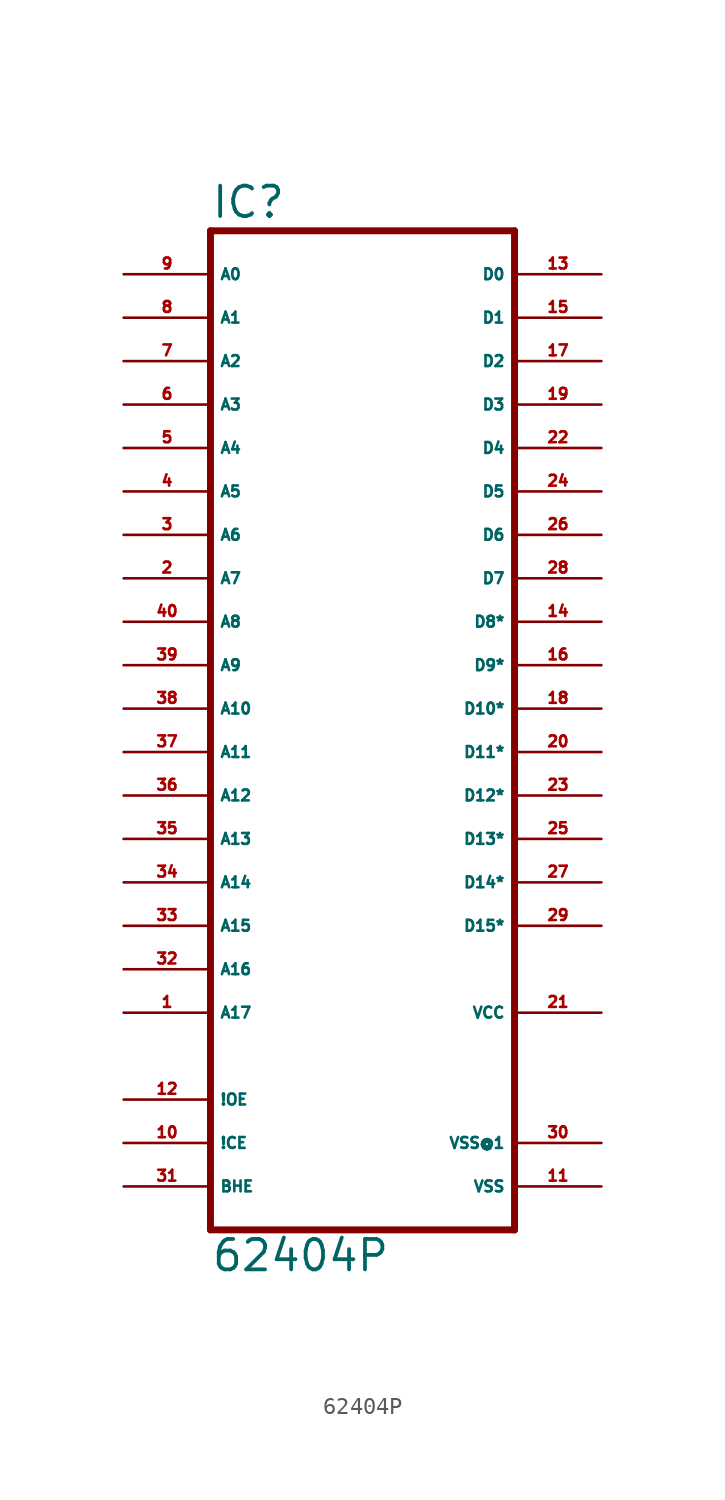
<source format=kicad_sym>
(kicad_symbol_lib
  (version 20220914)
  (generator Eagle2Kicad)
  (symbol "62404P"
    (property "Reference" "IC"
      (at -10.16 31.115 0)
      (effects (font (size 1.778 1.778) (thickness 0.22)) (justify left bottom)))
    (property "Value" "62404P"
      (at -10.16 -30.48 0)
      (effects (font (size 1.778 1.778) (thickness 0.22)) (justify left bottom)))
    (polyline
      (pts (xy -10.16 -27.94) (xy 7.62 -27.94))
      (stroke (width 0.406) (type default))
      (fill (type none)))
    (polyline
      (pts (xy 7.62 30.48) (xy 7.62 -27.94))
      (stroke (width 0.406) (type default))
      (fill (type none)))
    (polyline
      (pts (xy 7.62 30.48) (xy -10.16 30.48))
      (stroke (width 0.406) (type default))
      (fill (type none)))
    (polyline
      (pts (xy -10.16 -27.94) (xy -10.16 30.48))
      (stroke (width 0.406) (type default))
      (fill (type none)))
    (pin input line
      (at -15.24 27.94 0)
      (length 5.08)
      (name "A0" (effects (font (size 0.635 0.635) (thickness 0.08)) (justify left bottom)))
      (number "9" (effects (font (size 0.635 0.635) (thickness 0.08)) (justify left bottom))))
    (pin input line
      (at -15.24 25.4 0)
      (length 5.08)
      (name "A1" (effects (font (size 0.635 0.635) (thickness 0.08)) (justify left bottom)))
      (number "8" (effects (font (size 0.635 0.635) (thickness 0.08)) (justify left bottom))))
    (pin input line
      (at -15.24 22.86 0)
      (length 5.08)
      (name "A2" (effects (font (size 0.635 0.635) (thickness 0.08)) (justify left bottom)))
      (number "7" (effects (font (size 0.635 0.635) (thickness 0.08)) (justify left bottom))))
    (pin input line
      (at -15.24 20.32 0)
      (length 5.08)
      (name "A3" (effects (font (size 0.635 0.635) (thickness 0.08)) (justify left bottom)))
      (number "6" (effects (font (size 0.635 0.635) (thickness 0.08)) (justify left bottom))))
    (pin input line
      (at -15.24 17.78 0)
      (length 5.08)
      (name "A4" (effects (font (size 0.635 0.635) (thickness 0.08)) (justify left bottom)))
      (number "5" (effects (font (size 0.635 0.635) (thickness 0.08)) (justify left bottom))))
    (pin input line
      (at -15.24 15.24 0)
      (length 5.08)
      (name "A5" (effects (font (size 0.635 0.635) (thickness 0.08)) (justify left bottom)))
      (number "4" (effects (font (size 0.635 0.635) (thickness 0.08)) (justify left bottom))))
    (pin input line
      (at -15.24 12.7 0)
      (length 5.08)
      (name "A6" (effects (font (size 0.635 0.635) (thickness 0.08)) (justify left bottom)))
      (number "3" (effects (font (size 0.635 0.635) (thickness 0.08)) (justify left bottom))))
    (pin input line
      (at -15.24 10.16 0)
      (length 5.08)
      (name "A7" (effects (font (size 0.635 0.635) (thickness 0.08)) (justify left bottom)))
      (number "2" (effects (font (size 0.635 0.635) (thickness 0.08)) (justify left bottom))))
    (pin input line
      (at -15.24 7.62 0)
      (length 5.08)
      (name "A8" (effects (font (size 0.635 0.635) (thickness 0.08)) (justify left bottom)))
      (number "40" (effects (font (size 0.635 0.635) (thickness 0.08)) (justify left bottom))))
    (pin input line
      (at -15.24 5.08 0)
      (length 5.08)
      (name "A9" (effects (font (size 0.635 0.635) (thickness 0.08)) (justify left bottom)))
      (number "39" (effects (font (size 0.635 0.635) (thickness 0.08)) (justify left bottom))))
    (pin input line
      (at -15.24 2.54 0)
      (length 5.08)
      (name "A10" (effects (font (size 0.635 0.635) (thickness 0.08)) (justify left bottom)))
      (number "38" (effects (font (size 0.635 0.635) (thickness 0.08)) (justify left bottom))))
    (pin input line
      (at -15.24 0 0)
      (length 5.08)
      (name "A11" (effects (font (size 0.635 0.635) (thickness 0.08)) (justify left bottom)))
      (number "37" (effects (font (size 0.635 0.635) (thickness 0.08)) (justify left bottom))))
    (pin input line
      (at -15.24 -2.54 0)
      (length 5.08)
      (name "A12" (effects (font (size 0.635 0.635) (thickness 0.08)) (justify left bottom)))
      (number "36" (effects (font (size 0.635 0.635) (thickness 0.08)) (justify left bottom))))
    (pin input line
      (at -15.24 -5.08 0)
      (length 5.08)
      (name "A13" (effects (font (size 0.635 0.635) (thickness 0.08)) (justify left bottom)))
      (number "35" (effects (font (size 0.635 0.635) (thickness 0.08)) (justify left bottom))))
    (pin input line
      (at -15.24 -7.62 0)
      (length 5.08)
      (name "A14" (effects (font (size 0.635 0.635) (thickness 0.08)) (justify left bottom)))
      (number "34" (effects (font (size 0.635 0.635) (thickness 0.08)) (justify left bottom))))
    (pin input line
      (at -15.24 -10.16 0)
      (length 5.08)
      (name "A15" (effects (font (size 0.635 0.635) (thickness 0.08)) (justify left bottom)))
      (number "33" (effects (font (size 0.635 0.635) (thickness 0.08)) (justify left bottom))))
    (pin input line
      (at -15.24 -12.7 0)
      (length 5.08)
      (name "A16" (effects (font (size 0.635 0.635) (thickness 0.08)) (justify left bottom)))
      (number "32" (effects (font (size 0.635 0.635) (thickness 0.08)) (justify left bottom))))
    (pin input line
      (at -15.24 -15.24 0)
      (length 5.08)
      (name "A17" (effects (font (size 0.635 0.635) (thickness 0.08)) (justify left bottom)))
      (number "1" (effects (font (size 0.635 0.635) (thickness 0.08)) (justify left bottom))))
    (pin input line
      (at -15.24 -20.32 0)
      (length 5.08)
      (name "!OE" (effects (font (size 0.635 0.635) (thickness 0.08)) (justify left bottom)))
      (number "12" (effects (font (size 0.635 0.635) (thickness 0.08)) (justify left bottom))))
    (pin input line
      (at -15.24 -22.86 0)
      (length 5.08)
      (name "!CE" (effects (font (size 0.635 0.635) (thickness 0.08)) (justify left bottom)))
      (number "10" (effects (font (size 0.635 0.635) (thickness 0.08)) (justify left bottom))))
    (pin input line
      (at -15.24 -25.4 0)
      (length 5.08)
      (name "BHE" (effects (font (size 0.635 0.635) (thickness 0.08)) (justify left bottom)))
      (number "31" (effects (font (size 0.635 0.635) (thickness 0.08)) (justify left bottom))))
    (pin tri_state line
      (at 12.7 27.94 180)
      (length 5.08)
      (name "D0" (effects (font (size 0.635 0.635) (thickness 0.08)) (justify left bottom)))
      (number "13" (effects (font (size 0.635 0.635) (thickness 0.08)) (justify left bottom))))
    (pin tri_state line
      (at 12.7 25.4 180)
      (length 5.08)
      (name "D1" (effects (font (size 0.635 0.635) (thickness 0.08)) (justify left bottom)))
      (number "15" (effects (font (size 0.635 0.635) (thickness 0.08)) (justify left bottom))))
    (pin tri_state line
      (at 12.7 22.86 180)
      (length 5.08)
      (name "D2" (effects (font (size 0.635 0.635) (thickness 0.08)) (justify left bottom)))
      (number "17" (effects (font (size 0.635 0.635) (thickness 0.08)) (justify left bottom))))
    (pin tri_state line
      (at 12.7 20.32 180)
      (length 5.08)
      (name "D3" (effects (font (size 0.635 0.635) (thickness 0.08)) (justify left bottom)))
      (number "19" (effects (font (size 0.635 0.635) (thickness 0.08)) (justify left bottom))))
    (pin tri_state line
      (at 12.7 17.78 180)
      (length 5.08)
      (name "D4" (effects (font (size 0.635 0.635) (thickness 0.08)) (justify left bottom)))
      (number "22" (effects (font (size 0.635 0.635) (thickness 0.08)) (justify left bottom))))
    (pin tri_state line
      (at 12.7 15.24 180)
      (length 5.08)
      (name "D5" (effects (font (size 0.635 0.635) (thickness 0.08)) (justify left bottom)))
      (number "24" (effects (font (size 0.635 0.635) (thickness 0.08)) (justify left bottom))))
    (pin tri_state line
      (at 12.7 12.7 180)
      (length 5.08)
      (name "D6" (effects (font (size 0.635 0.635) (thickness 0.08)) (justify left bottom)))
      (number "26" (effects (font (size 0.635 0.635) (thickness 0.08)) (justify left bottom))))
    (pin tri_state line
      (at 12.7 10.16 180)
      (length 5.08)
      (name "D7" (effects (font (size 0.635 0.635) (thickness 0.08)) (justify left bottom)))
      (number "28" (effects (font (size 0.635 0.635) (thickness 0.08)) (justify left bottom))))
    (pin tri_state line
      (at 12.7 7.62 180)
      (length 5.08)
      (name "D8*" (effects (font (size 0.635 0.635) (thickness 0.08)) (justify left bottom)))
      (number "14" (effects (font (size 0.635 0.635) (thickness 0.08)) (justify left bottom))))
    (pin tri_state line
      (at 12.7 5.08 180)
      (length 5.08)
      (name "D9*" (effects (font (size 0.635 0.635) (thickness 0.08)) (justify left bottom)))
      (number "16" (effects (font (size 0.635 0.635) (thickness 0.08)) (justify left bottom))))
    (pin tri_state line
      (at 12.7 2.54 180)
      (length 5.08)
      (name "D10*" (effects (font (size 0.635 0.635) (thickness 0.08)) (justify left bottom)))
      (number "18" (effects (font (size 0.635 0.635) (thickness 0.08)) (justify left bottom))))
    (pin tri_state line
      (at 12.7 0 180)
      (length 5.08)
      (name "D11*" (effects (font (size 0.635 0.635) (thickness 0.08)) (justify left bottom)))
      (number "20" (effects (font (size 0.635 0.635) (thickness 0.08)) (justify left bottom))))
    (pin tri_state line
      (at 12.7 -2.54 180)
      (length 5.08)
      (name "D12*" (effects (font (size 0.635 0.635) (thickness 0.08)) (justify left bottom)))
      (number "23" (effects (font (size 0.635 0.635) (thickness 0.08)) (justify left bottom))))
    (pin tri_state line
      (at 12.7 -5.08 180)
      (length 5.08)
      (name "D13*" (effects (font (size 0.635 0.635) (thickness 0.08)) (justify left bottom)))
      (number "25" (effects (font (size 0.635 0.635) (thickness 0.08)) (justify left bottom))))
    (pin tri_state line
      (at 12.7 -7.62 180)
      (length 5.08)
      (name "D14*" (effects (font (size 0.635 0.635) (thickness 0.08)) (justify left bottom)))
      (number "27" (effects (font (size 0.635 0.635) (thickness 0.08)) (justify left bottom))))
    (pin tri_state line
      (at 12.7 -10.16 180)
      (length 5.08)
      (name "D15*" (effects (font (size 0.635 0.635) (thickness 0.08)) (justify left bottom)))
      (number "29" (effects (font (size 0.635 0.635) (thickness 0.08)) (justify left bottom))))
    (pin unspecified line
      (at 12.7 -25.4 180)
      (length 5.08)
      (name "VSS" (effects (font (size 0.635 0.635) (thickness 0.08)) (justify left bottom)))
      (number "11" (effects (font (size 0.635 0.635) (thickness 0.08)) (justify left bottom))))
    (pin unspecified line
      (at 12.7 -15.24 180)
      (length 5.08)
      (name "VCC" (effects (font (size 0.635 0.635) (thickness 0.08)) (justify left bottom)))
      (number "21" (effects (font (size 0.635 0.635) (thickness 0.08)) (justify left bottom))))
    (pin unspecified line
      (at 12.7 -22.86 180)
      (length 5.08)
      (name "VSS@1" (effects (font (size 0.635 0.635) (thickness 0.08)) (justify left bottom)))
      (number "30" (effects (font (size 0.635 0.635) (thickness 0.08)) (justify left bottom))))))
</source>
